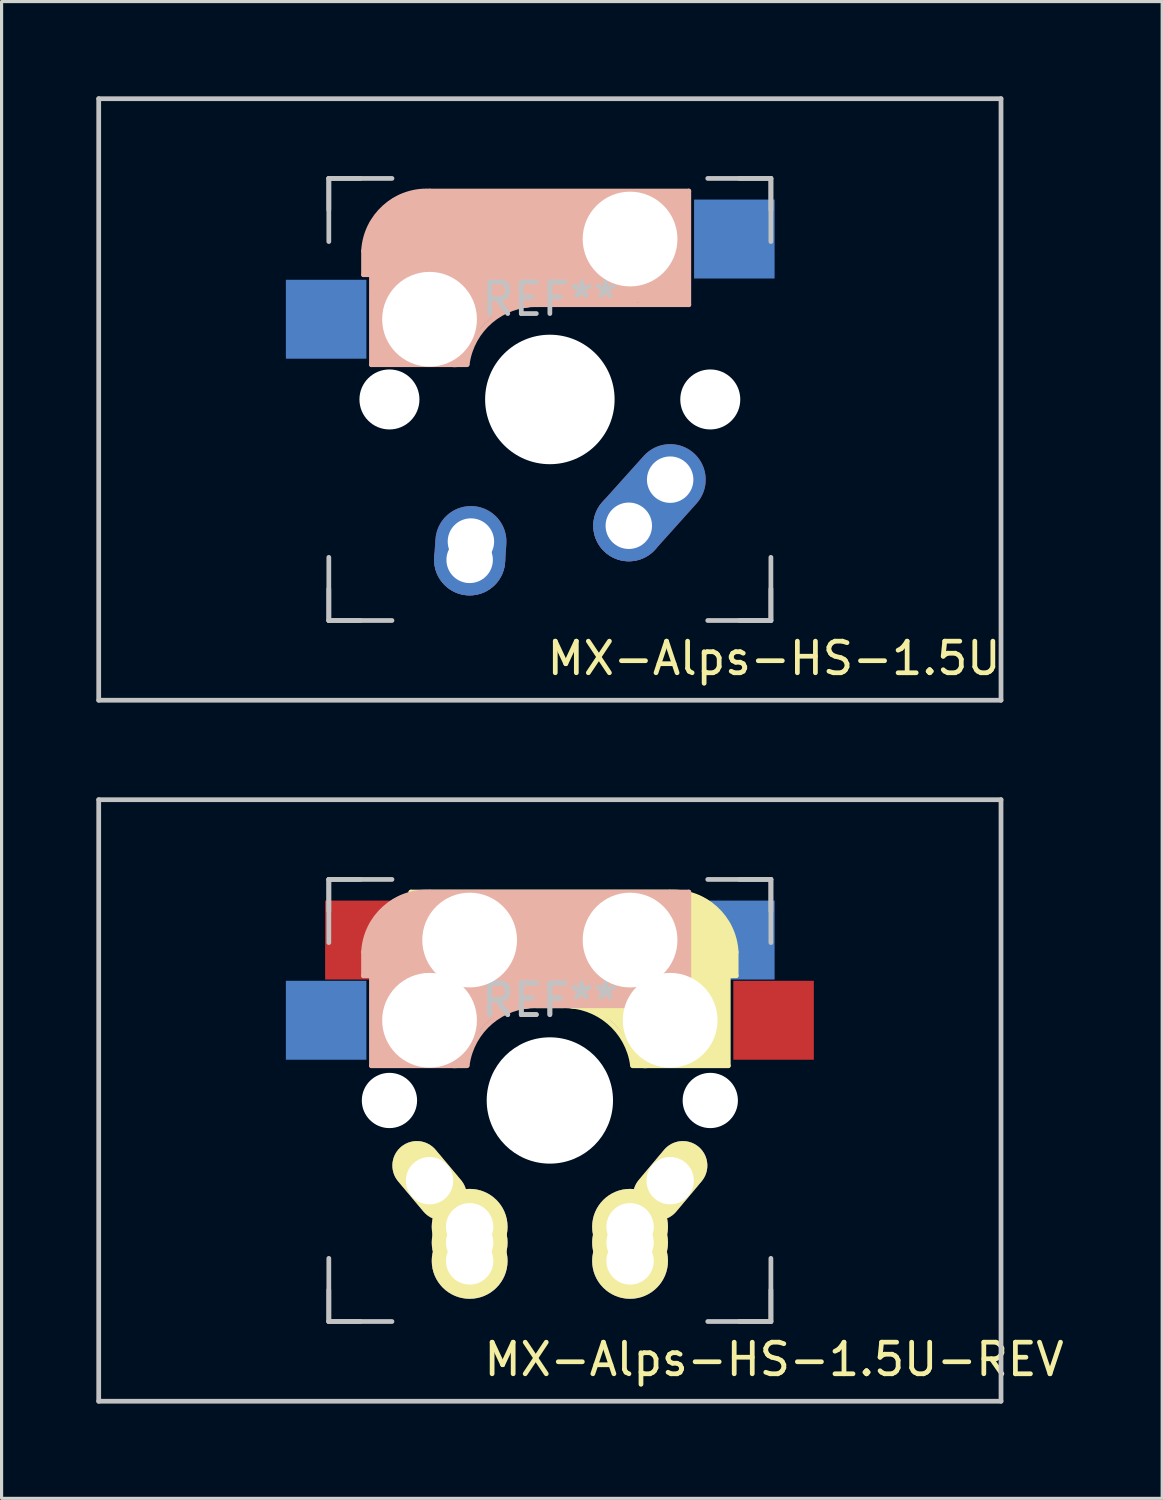
<source format=kicad_pcb>
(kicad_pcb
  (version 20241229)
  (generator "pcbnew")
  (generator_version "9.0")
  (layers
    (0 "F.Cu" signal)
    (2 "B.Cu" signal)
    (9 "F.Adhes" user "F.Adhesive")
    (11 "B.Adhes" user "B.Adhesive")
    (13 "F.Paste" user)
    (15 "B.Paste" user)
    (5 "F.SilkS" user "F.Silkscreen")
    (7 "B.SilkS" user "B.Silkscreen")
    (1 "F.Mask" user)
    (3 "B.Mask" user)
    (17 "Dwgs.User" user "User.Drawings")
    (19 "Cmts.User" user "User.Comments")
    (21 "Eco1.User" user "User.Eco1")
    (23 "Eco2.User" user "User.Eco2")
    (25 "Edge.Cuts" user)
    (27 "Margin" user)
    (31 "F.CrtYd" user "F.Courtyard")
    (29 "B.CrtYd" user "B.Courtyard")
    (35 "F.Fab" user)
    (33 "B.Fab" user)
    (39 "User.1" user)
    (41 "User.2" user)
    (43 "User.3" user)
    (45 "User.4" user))
  (footprint "MX-Alps-HS-1.5U"
    (layer "F.Cu")
    (at 14.363 9.6)
    (property "Reference" "MX-Alps-HS-1.5U" (at 7.1 8.2 0) (layer "F.SilkS") (effects (font (size 1 1) (thickness 0.15))))
    (attr through_hole)
    (fp_line (start -5.9 -4.7) (end -5.9 -3.95) (stroke (width 0.15) (type solid)) (layer "B.SilkS"))
    (fp_line (start -5.9 -3.95) (end -5.7 -3.95) (stroke (width 0.15) (type solid)) (layer "B.SilkS"))
    (fp_line (start -5.8 -4.05) (end -5.8 -4.7) (stroke (width 0.3) (type solid)) (layer "B.SilkS"))
    (fp_line (start -5.65 -5.55) (end -5.65 -1.1) (stroke (width 0.15) (type solid)) (layer "B.SilkS"))
    (fp_line (start -5.65 -1.1) (end -2.62 -1.1) (stroke (width 0.15) (type solid)) (layer "B.SilkS"))
    (fp_line (start -5.45 -1.3) (end -3 -1.3) (stroke (width 0.5) (type solid)) (layer "B.SilkS"))
    (fp_line (start -5.3 -1.6) (end -5.3 -3.4) (stroke (width 0.8) (type solid)) (layer "B.SilkS"))
    (fp_line (start -4.17 -5.1) (end -4.17 -2.86) (stroke (width 3) (type solid)) (layer "B.SilkS"))
    (fp_line (start -0.4 -3) (end 4.4 -3) (stroke (width 0.15) (type solid)) (layer "B.SilkS"))
    (fp_line (start 2.6 -4.8) (end -4.1 -4.8) (stroke (width 3.5) (type solid)) (layer "B.SilkS"))
    (fp_line (start 3.9 -6) (end 3.9 -3.5) (stroke (width 1) (type solid)) (layer "B.SilkS"))
    (fp_line (start 4.2 -3.25) (end 2.9 -3.3) (stroke (width 0.5) (type solid)) (layer "B.SilkS"))
    (fp_line (start 4.25 -6.4) (end 3 -6.4) (stroke (width 0.4) (type solid)) (layer "B.SilkS"))
    (fp_line (start 4.38 -4) (end 4.38 -6.25) (stroke (width 0.15) (type solid)) (layer "B.SilkS"))
    (fp_line (start 4.4 -6.6) (end -3.8 -6.6) (stroke (width 0.15) (type solid)) (layer "B.SilkS"))
    (fp_line (start 4.4 -3) (end 4.4 -6.6) (stroke (width 0.15) (type solid)) (layer "B.SilkS"))
    (fp_arc (start -5.9 -4.699999) (mid -5.243504 -6.084924) (end -3.800001 -6.6) (stroke (width 0.15) (type solid)) (layer "B.SilkS"))
    (fp_arc (start -3.016318 -1.521471) (mid -2.268709 -2.886118) (end -0.8 -3.4) (stroke (width 1) (type solid)) (layer "B.SilkS"))
    (fp_arc (start -2.616318 -1.121471) (mid -1.868709 -2.486118) (end -0.4 -3) (stroke (width 0.15) (type solid)) (layer "B.SilkS"))
    (fp_line (start -14.287 -9.525) (end 14.287 -9.525) (stroke (width 0.15) (type solid)) (layer "Dwgs.User"))
    (fp_line (start -14.287 9.525) (end -14.287 -9.525) (stroke (width 0.15) (type solid)) (layer "Dwgs.User"))
    (fp_line (start -7 -7) (end -7 -5) (stroke (width 0.15) (type solid)) (layer "Dwgs.User"))
    (fp_line (start -7 -7) (end -6 -7) (stroke (width 0.15) (type solid)) (layer "Dwgs.User"))
    (fp_line (start -7 -6) (end -7 -7) (stroke (width 0.15) (type solid)) (layer "Dwgs.User"))
    (fp_line (start -7 6) (end -7 7) (stroke (width 0.15) (type solid)) (layer "Dwgs.User"))
    (fp_line (start -7 7) (end -7 5) (stroke (width 0.15) (type solid)) (layer "Dwgs.User"))
    (fp_line (start -7 7) (end -6 7) (stroke (width 0.15) (type solid)) (layer "Dwgs.User"))
    (fp_line (start -5 -7) (end -7 -7) (stroke (width 0.15) (type solid)) (layer "Dwgs.User"))
    (fp_line (start -5 7) (end -7 7) (stroke (width 0.15) (type solid)) (layer "Dwgs.User"))
    (fp_line (start 5 7) (end 7 7) (stroke (width 0.15) (type solid)) (layer "Dwgs.User"))
    (fp_line (start 6 7) (end 7 7) (stroke (width 0.15) (type solid)) (layer "Dwgs.User"))
    (fp_line (start 7 -7) (end 5 -7) (stroke (width 0.15) (type solid)) (layer "Dwgs.User"))
    (fp_line (start 7 -7) (end 6 -7) (stroke (width 0.15) (type solid)) (layer "Dwgs.User"))
    (fp_line (start 7 -7) (end 7 -6) (stroke (width 0.15) (type solid)) (layer "Dwgs.User"))
    (fp_line (start 7 -5) (end 7 -7) (stroke (width 0.15) (type solid)) (layer "Dwgs.User"))
    (fp_line (start 7 7) (end 7 5) (stroke (width 0.15) (type solid)) (layer "Dwgs.User"))
    (fp_line (start 7 7) (end 7 6) (stroke (width 0.15) (type solid)) (layer "Dwgs.User"))
    (fp_line (start 14.287 -9.525) (end 14.287 9.525) (stroke (width 0.15) (type solid)) (layer "Dwgs.User"))
    (fp_line (start 14.287 9.525) (end -14.287 9.525) (stroke (width 0.15) (type solid)) (layer "Dwgs.User"))
    (fp_text user "REF**" (at 0 -3.175 180) (layer "Dwgs.User") (effects (font (size 1 1) (thickness 0.15))))
    (pad "" np_thru_hole circle (at -5.08 0 228.1) (size 1.75 1.75) (drill 1.75) (layers "*.Cu" "*.Mask"))
    (pad "" np_thru_hole circle (at -5.08 0) (size 1.9 1.9) (drill 1.9) (layers "*.Cu" "*.Mask"))
    (pad "" np_thru_hole circle (at -3.81 -2.54) (size 3 3) (drill 3) (layers "*.Cu" "*.Mask"))
    (pad "" np_thru_hole circle (at 0 0 180) (size 3.988 3.988) (drill 3.988) (layers "*.Cu" "*.Mask"))
    (pad "" np_thru_hole circle (at 0 0 90) (size 4.1 4.1) (drill 4.1) (layers "*.Cu" "*.Mask"))
    (pad "" np_thru_hole circle (at 2.54 -5.08) (size 3 3) (drill 3) (layers "*.Cu" "*.Mask"))
    (pad "" np_thru_hole circle (at 5.08 0 228.1) (size 1.75 1.75) (drill 1.75) (layers "*.Cu" "*.Mask"))
    (pad "" np_thru_hole circle (at 5.08 0) (size 1.9 1.9) (drill 1.9) (layers "*.Cu" "*.Mask"))
    (pad "1" smd rect (at -7.085 -2.54 180) (size 2.55 2.5) (layers "B.Cu" "B.Mask" "B.Paste"))
    (pad "1" thru_hole circle (at -2.54 5.08 180) (size 2.25 2.25) (drill 1.47) (layers "*.Cu" "B.Mask"))
    (pad "1" thru_hole oval (at -2.5 4.5 266.1) (size 2.831 2.25) (drill 1.47 (offset 0.291 0)) (layers "*.Cu" "B.Mask"))
    (pad "2" thru_hole circle (at 2.5 4 180) (size 2.25 2.25) (drill 1.47) (layers "*.Cu" "B.Mask"))
    (pad "2" thru_hole oval (at 3.81 2.54 228.1) (size 4.212 2.25) (drill 1.47 (offset 0.981 0)) (layers "*.Cu" "B.Mask"))
    (pad "2" smd rect (at 5.842 -5.08 180) (size 2.55 2.5) (layers "B.Cu" "B.Mask" "B.Paste")))
  (footprint "MX-Alps-HS-1.5U-REV"
    (layer "F.Cu")
    (at 14.363 31.8)
    (property "Reference" "MX-Alps-HS-1.5U-REV" (at 7.1 8.2 0) (layer "F.SilkS") (effects (font (size 1 1) (thickness 0.15))))
    (attr through_hole)
    (fp_line (start -4.4 -6.6) (end 3.8 -6.6) (stroke (width 0.15) (type solid)) (layer "F.SilkS"))
    (fp_line (start -4.4 -3) (end -4.4 -6.6) (stroke (width 0.15) (type solid)) (layer "F.SilkS"))
    (fp_line (start -4.38 -4) (end -4.38 -6.25) (stroke (width 0.15) (type solid)) (layer "F.SilkS"))
    (fp_line (start -4.25 -6.4) (end -3 -6.4) (stroke (width 0.4) (type solid)) (layer "F.SilkS"))
    (fp_line (start -4.2 -3.25) (end -2.9 -3.3) (stroke (width 0.5) (type solid)) (layer "F.SilkS"))
    (fp_line (start -3.9 -6) (end -3.9 -3.5) (stroke (width 1) (type solid)) (layer "F.SilkS"))
    (fp_line (start -2.6 -4.8) (end 4.1 -4.8) (stroke (width 3.5) (type solid)) (layer "F.SilkS"))
    (fp_line (start 0.4 -3) (end -4.4 -3) (stroke (width 0.15) (type solid)) (layer "F.SilkS"))
    (fp_line (start 4.17 -5.1) (end 4.17 -2.86) (stroke (width 3) (type solid)) (layer "F.SilkS"))
    (fp_line (start 5.3 -1.6) (end 5.3 -3.4) (stroke (width 0.8) (type solid)) (layer "F.SilkS"))
    (fp_line (start 5.45 -1.3) (end 3 -1.3) (stroke (width 0.5) (type solid)) (layer "F.SilkS"))
    (fp_line (start 5.65 -5.55) (end 5.65 -1.1) (stroke (width 0.15) (type solid)) (layer "F.SilkS"))
    (fp_line (start 5.65 -1.1) (end 2.62 -1.1) (stroke (width 0.15) (type solid)) (layer "F.SilkS"))
    (fp_line (start 5.8 -4.05) (end 5.8 -4.7) (stroke (width 0.3) (type solid)) (layer "F.SilkS"))
    (fp_line (start 5.9 -4.7) (end 5.9 -3.95) (stroke (width 0.15) (type solid)) (layer "F.SilkS"))
    (fp_line (start 5.9 -3.95) (end 5.7 -3.95) (stroke (width 0.15) (type solid)) (layer "F.SilkS"))
    (fp_arc (start 0.4 -3) (mid 1.868709 -2.486118) (end 2.616318 -1.121471) (stroke (width 0.15) (type solid)) (layer "F.SilkS"))
    (fp_arc (start 0.8 -3.4) (mid 2.268709 -2.886118) (end 3.016318 -1.521471) (stroke (width 1) (type solid)) (layer "F.SilkS"))
    (fp_arc (start 3.800001 -6.6) (mid 5.243504 -6.084924) (end 5.9 -4.699999) (stroke (width 0.15) (type solid)) (layer "F.SilkS"))
    (fp_line (start -5.9 -4.7) (end -5.9 -3.95) (stroke (width 0.15) (type solid)) (layer "B.SilkS"))
    (fp_line (start -5.9 -3.95) (end -5.7 -3.95) (stroke (width 0.15) (type solid)) (layer "B.SilkS"))
    (fp_line (start -5.8 -4.05) (end -5.8 -4.7) (stroke (width 0.3) (type solid)) (layer "B.SilkS"))
    (fp_line (start -5.65 -5.55) (end -5.65 -1.1) (stroke (width 0.15) (type solid)) (layer "B.SilkS"))
    (fp_line (start -5.65 -1.1) (end -2.62 -1.1) (stroke (width 0.15) (type solid)) (layer "B.SilkS"))
    (fp_line (start -5.45 -1.3) (end -3 -1.3) (stroke (width 0.5) (type solid)) (layer "B.SilkS"))
    (fp_line (start -5.3 -1.6) (end -5.3 -3.4) (stroke (width 0.8) (type solid)) (layer "B.SilkS"))
    (fp_line (start -4.17 -5.1) (end -4.17 -2.86) (stroke (width 3) (type solid)) (layer "B.SilkS"))
    (fp_line (start -0.4 -3) (end 4.4 -3) (stroke (width 0.15) (type solid)) (layer "B.SilkS"))
    (fp_line (start 2.6 -4.8) (end -4.1 -4.8) (stroke (width 3.5) (type solid)) (layer "B.SilkS"))
    (fp_line (start 3.9 -6) (end 3.9 -3.5) (stroke (width 1) (type solid)) (layer "B.SilkS"))
    (fp_line (start 4.2 -3.25) (end 2.9 -3.3) (stroke (width 0.5) (type solid)) (layer "B.SilkS"))
    (fp_line (start 4.25 -6.4) (end 3 -6.4) (stroke (width 0.4) (type solid)) (layer "B.SilkS"))
    (fp_line (start 4.38 -4) (end 4.38 -6.25) (stroke (width 0.15) (type solid)) (layer "B.SilkS"))
    (fp_line (start 4.4 -6.6) (end -3.8 -6.6) (stroke (width 0.15) (type solid)) (layer "B.SilkS"))
    (fp_line (start 4.4 -3) (end 4.4 -6.6) (stroke (width 0.15) (type solid)) (layer "B.SilkS"))
    (fp_arc (start -5.9 -4.699999) (mid -5.243504 -6.084924) (end -3.800001 -6.6) (stroke (width 0.15) (type solid)) (layer "B.SilkS"))
    (fp_arc (start -3.016318 -1.521471) (mid -2.268709 -2.886118) (end -0.8 -3.4) (stroke (width 1) (type solid)) (layer "B.SilkS"))
    (fp_arc (start -2.616318 -1.121471) (mid -1.868709 -2.486118) (end -0.4 -3) (stroke (width 0.15) (type solid)) (layer "B.SilkS"))
    (fp_line (start -14.287 -9.525) (end 14.287 -9.525) (stroke (width 0.15) (type solid)) (layer "Dwgs.User"))
    (fp_line (start -14.287 9.525) (end -14.287 -9.525) (stroke (width 0.15) (type solid)) (layer "Dwgs.User"))
    (fp_line (start -7 -7) (end -7 -5) (stroke (width 0.15) (type solid)) (layer "Dwgs.User"))
    (fp_line (start -7 -7) (end -6 -7) (stroke (width 0.15) (type solid)) (layer "Dwgs.User"))
    (fp_line (start -7 -6) (end -7 -7) (stroke (width 0.15) (type solid)) (layer "Dwgs.User"))
    (fp_line (start -7 6) (end -7 7) (stroke (width 0.15) (type solid)) (layer "Dwgs.User"))
    (fp_line (start -7 7) (end -7 5) (stroke (width 0.15) (type solid)) (layer "Dwgs.User"))
    (fp_line (start -7 7) (end -6 7) (stroke (width 0.15) (type solid)) (layer "Dwgs.User"))
    (fp_line (start -5 -7) (end -7 -7) (stroke (width 0.15) (type solid)) (layer "Dwgs.User"))
    (fp_line (start -5 7) (end -7 7) (stroke (width 0.15) (type solid)) (layer "Dwgs.User"))
    (fp_line (start 5 7) (end 7 7) (stroke (width 0.15) (type solid)) (layer "Dwgs.User"))
    (fp_line (start 6 7) (end 7 7) (stroke (width 0.15) (type solid)) (layer "Dwgs.User"))
    (fp_line (start 7 -7) (end 5 -7) (stroke (width 0.15) (type solid)) (layer "Dwgs.User"))
    (fp_line (start 7 -7) (end 6 -7) (stroke (width 0.15) (type solid)) (layer "Dwgs.User"))
    (fp_line (start 7 -7) (end 7 -6) (stroke (width 0.15) (type solid)) (layer "Dwgs.User"))
    (fp_line (start 7 -5) (end 7 -7) (stroke (width 0.15) (type solid)) (layer "Dwgs.User"))
    (fp_line (start 7 7) (end 7 5) (stroke (width 0.15) (type solid)) (layer "Dwgs.User"))
    (fp_line (start 7 7) (end 7 6) (stroke (width 0.15) (type solid)) (layer "Dwgs.User"))
    (fp_line (start 14.287 -9.525) (end 14.287 9.525) (stroke (width 0.15) (type solid)) (layer "Dwgs.User"))
    (fp_line (start 14.287 9.525) (end -14.287 9.525) (stroke (width 0.15) (type solid)) (layer "Dwgs.User"))
    (fp_text user "REF**" (at 0 -3.175 180) (layer "Dwgs.User") (effects (font (size 1 1) (thickness 0.15))))
    (fp_text user "REF**" (at 0 -3.175 180) (layer "Dwgs.User") (effects (font (size 1 1) (thickness 0.15))))
    (pad "" np_thru_hole circle (at -5.08 0) (size 1.75 1.75) (drill 1.75) (layers "*.Cu" "*.Mask"))
    (pad "" np_thru_hole circle (at -3.81 -2.54) (size 3 3) (drill 3) (layers "*.Cu" "*.Mask"))
    (pad "" np_thru_hole circle (at -2.54 -5.08) (size 3 3) (drill 3) (layers "*.Cu" "*.Mask"))
    (pad "" np_thru_hole circle (at 0 0 90) (size 4 4) (drill 4) (layers "*.Cu" "*.Mask"))
    (pad "" np_thru_hole circle (at 2.54 -5.08) (size 3 3) (drill 3) (layers "*.Cu" "*.Mask"))
    (pad "" np_thru_hole circle (at 3.81 -2.54) (size 3 3) (drill 3) (layers "*.Cu" "*.Mask"))
    (pad "" np_thru_hole circle (at 5.08 0 228.1) (size 1.75 1.75) (drill 1.75) (layers "*.Cu" "*.Mask"))
    (pad "1" smd rect (at -7.085 -2.54 180) (size 2.55 2.5) (layers "B.Cu" "B.Mask" "B.Paste"))
    (pad "1" smd rect (at -5.842 -5.08 180) (size 2.55 2.5) (layers "F.Cu" "F.Mask" "F.Paste"))
    (pad "1" thru_hole oval (at -3.81 2.54 130) (size 2.8 1.55) (drill 1.5) (layers "*.Cu" "*.Mask" "F.SilkS"))
    (pad "1" thru_hole circle (at -2.54 4 180) (size 2.4 2.4) (drill 1.5) (layers "*.Cu" "*.Mask" "F.SilkS"))
    (pad "1" thru_hole circle (at -2.54 4.5 180) (size 2.4 2.4) (drill 1.5) (layers "*.Cu" "*.Mask" "F.SilkS"))
    (pad "1" thru_hole circle (at -2.54 5.08 180) (size 2.4 2.4) (drill 1.5) (layers "*.Cu" "*.Mask" "F.SilkS"))
    (pad "2" thru_hole circle (at 2.54 4 180) (size 2.4 2.4) (drill 1.5) (layers "*.Cu" "*.Mask" "F.SilkS"))
    (pad "2" thru_hole circle (at 2.54 4.5 180) (size 2.4 2.4) (drill 1.5) (layers "*.Cu" "*.Mask" "F.SilkS"))
    (pad "2" thru_hole circle (at 2.54 5.08 180) (size 2.4 2.4) (drill 1.5) (layers "*.Cu" "*.Mask" "F.SilkS"))
    (pad "2" thru_hole oval (at 3.81 2.54 230) (size 2.8 1.55) (drill 1.5) (layers "*.Cu" "*.Mask" "F.SilkS"))
    (pad "2" smd rect (at 5.842 -5.08 180) (size 2.55 2.5) (layers "B.Cu" "B.Mask" "B.Paste"))
    (pad "2" smd rect (at 7.085 -2.54 180) (size 2.55 2.5) (layers "F.Cu" "F.Mask" "F.Paste")))
  (gr_rect
    (start -3 -3)
    (end 33.754 44.4)
    (stroke (width 0.1) (type default))
    (fill no)
    (layer "Edge.Cuts")))
</source>
